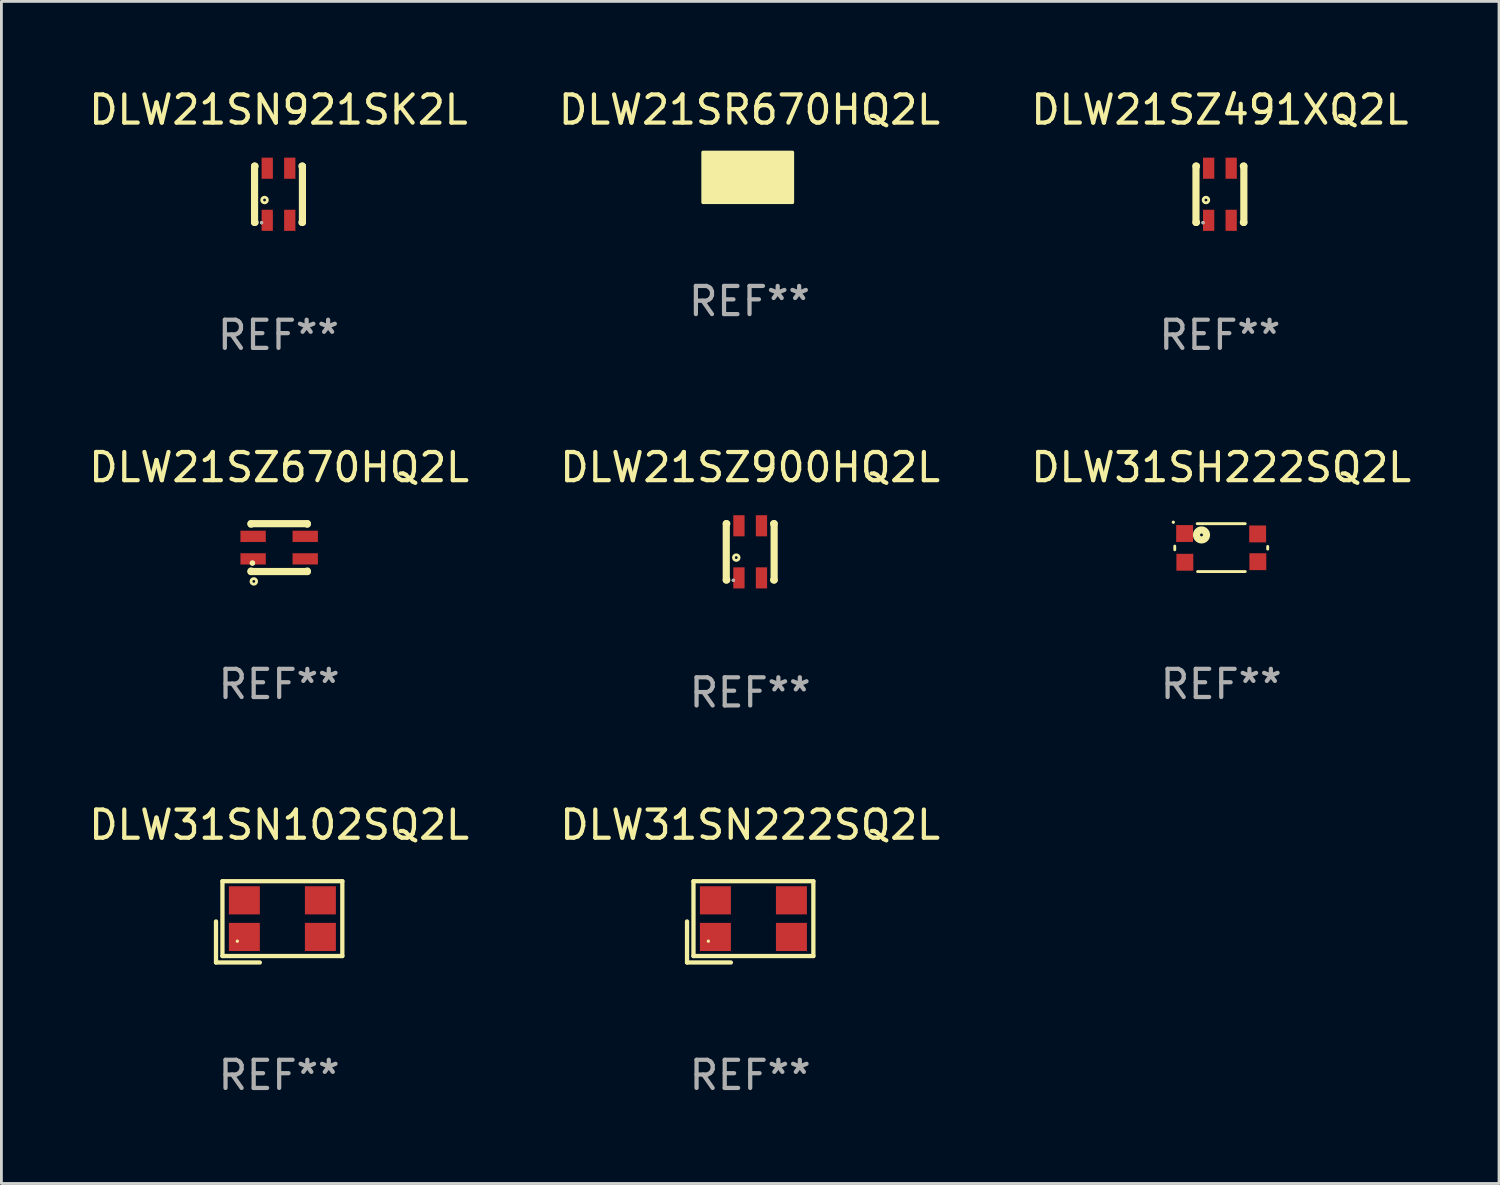
<source format=kicad_pcb>
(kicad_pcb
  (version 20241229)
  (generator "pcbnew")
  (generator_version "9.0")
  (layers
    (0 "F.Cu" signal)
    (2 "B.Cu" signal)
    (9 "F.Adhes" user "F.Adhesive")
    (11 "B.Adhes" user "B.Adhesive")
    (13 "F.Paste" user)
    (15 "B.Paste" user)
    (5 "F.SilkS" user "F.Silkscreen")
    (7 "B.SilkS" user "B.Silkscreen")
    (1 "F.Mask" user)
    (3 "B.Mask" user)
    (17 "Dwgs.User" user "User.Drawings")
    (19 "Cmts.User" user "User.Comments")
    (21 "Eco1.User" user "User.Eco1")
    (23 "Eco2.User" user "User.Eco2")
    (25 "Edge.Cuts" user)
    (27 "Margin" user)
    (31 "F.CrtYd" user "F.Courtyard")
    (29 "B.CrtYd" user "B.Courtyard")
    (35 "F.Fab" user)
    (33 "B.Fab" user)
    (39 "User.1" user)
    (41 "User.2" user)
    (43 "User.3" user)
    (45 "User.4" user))
  (footprint "DLW31SH222SQ2L"
    (layer "F.Cu")
    (at 40.315 16.395)
    (property "Reference" "DLW31SH222SQ2L" (at 0 -2.85 0) (layer "F.SilkS") (effects (font (size 1 1) (thickness 0.15))))
    (attr through_hole)
    (fp_line (start -1.65 -0.053) (end -1.65 0.077) (stroke (width 0.102) (type solid)) (layer "F.SilkS"))
    (fp_line (start -0.854 -0.85) (end 0.852 -0.85) (stroke (width 0.102) (type solid)) (layer "F.SilkS"))
    (fp_line (start 0.854 0.85) (end -0.84 0.85) (stroke (width 0.102) (type solid)) (layer "F.SilkS"))
    (fp_line (start 1.65 -0.042) (end 1.65 0.054) (stroke (width 0.102) (type solid)) (layer "F.SilkS"))
    (fp_circle (center -1.701 -0.901) (end -1.671 -0.901) (stroke (width 0.06) (type solid)) (fill no) (layer "F.SilkS"))
    (fp_circle (center -0.7 -0.45) (end -0.65 -0.45) (stroke (width 0.254) (type solid)) (fill no) (layer "F.SilkS"))
    (fp_text user "REF**" (at 0 4.85 0) (layer "F.Fab") (effects (font (size 1 1) (thickness 0.15))))
    (pad "1" smd rect (at -1.3 -0.5) (size 0.6 0.6) (layers "F.Cu" "F.Mask" "F.Paste"))
    (pad "2" smd rect (at 1.293 -0.486) (size 0.6 0.6) (layers "F.Cu" "F.Mask" "F.Paste"))
    (pad "3" smd rect (at 1.3 0.5) (size 0.6 0.6) (layers "F.Cu" "F.Mask" "F.Paste"))
    (pad "4" smd rect (at -1.292 0.52) (size 0.6 0.6) (layers "F.Cu" "F.Mask" "F.Paste")))
  (footprint "DLW21SZ670HQ2L"
    (layer "F.Cu")
    (at 6.863 16.395)
    (property "Reference" "DLW21SZ670HQ2L" (at 0 -2.85 0) (layer "F.SilkS") (effects (font (size 1 1) (thickness 0.15))))
    (attr through_hole)
    (fp_line (start -1 -0.831) (end -1 -0.85) (stroke (width 0.254) (type solid)) (layer "F.SilkS"))
    (fp_line (start -1 0.85) (end -1 0.831) (stroke (width 0.254) (type solid)) (layer "F.SilkS"))
    (fp_line (start 1 -0.85) (end -1 -0.85) (stroke (width 0.254) (type solid)) (layer "F.SilkS"))
    (fp_line (start 1 -0.831) (end 1 -0.85) (stroke (width 0.254) (type solid)) (layer "F.SilkS"))
    (fp_line (start 1 0.85) (end -1 0.85) (stroke (width 0.254) (type solid)) (layer "F.SilkS"))
    (fp_line (start 1 0.85) (end 1 0.831) (stroke (width 0.254) (type solid)) (layer "F.SilkS"))
    (fp_circle (center -0.95 0.55) (end -0.9 0.55) (stroke (width 0.1) (type solid)) (fill no) (layer "F.SilkS"))
    (fp_circle (center -0.9 1.2) (end -0.8 1.2) (stroke (width 0.1) (type solid)) (fill no) (layer "F.SilkS"))
    (fp_text user "REF**" (at 0 4.85 0) (layer "F.Fab") (effects (font (size 1 1) (thickness 0.15))))
    (pad "1" smd rect (at -0.925 0.4 180) (size 0.9 0.4) (layers "F.Cu" "F.Mask" "F.Paste"))
    (pad "2" smd rect (at 0.925 0.4 180) (size 0.9 0.4) (layers "F.Cu" "F.Mask" "F.Paste"))
    (pad "3" smd rect (at 0.925 -0.4 180) (size 0.9 0.4) (layers "F.Cu" "F.Mask" "F.Paste"))
    (pad "4" smd rect (at -0.925 -0.4 180) (size 0.9 0.4) (layers "F.Cu" "F.Mask" "F.Paste")))
  (footprint "DLW21SZ491XQ2L"
    (layer "F.Cu")
    (at 40.268 3.848)
    (property "Reference" "DLW21SZ491XQ2L" (at 0 -3 0) (layer "F.SilkS") (effects (font (size 1 1) (thickness 0.15))))
    (attr through_hole)
    (fp_line (start -0.85 -1) (end -0.831 -1) (stroke (width 0.254) (type solid)) (layer "F.SilkS"))
    (fp_line (start -0.85 1) (end -0.85 -1) (stroke (width 0.254) (type solid)) (layer "F.SilkS"))
    (fp_line (start -0.85 1) (end -0.831 1) (stroke (width 0.254) (type solid)) (layer "F.SilkS"))
    (fp_line (start 0.831 -1) (end 0.85 -1) (stroke (width 0.254) (type solid)) (layer "F.SilkS"))
    (fp_line (start 0.831 1) (end 0.85 1) (stroke (width 0.254) (type solid)) (layer "F.SilkS"))
    (fp_line (start 0.85 1) (end 0.85 -1) (stroke (width 0.254) (type solid)) (layer "F.SilkS"))
    (fp_circle (center -0.6 1.01) (end -0.57 1.01) (stroke (width 0.06) (type solid)) (fill no) (layer "F.SilkS"))
    (fp_circle (center -0.495 0.205) (end -0.395 0.205) (stroke (width 0.1) (type solid)) (fill no) (layer "F.SilkS"))
    (fp_circle (center -0.6 1.01) (end -0.57 1.01) (stroke (width 0.06) (type solid)) (fill no) (layer "F.Fab"))
    (fp_text user "REF**" (at 0 5 0) (layer "F.Fab") (effects (font (size 1 1) (thickness 0.15))))
    (pad "1" smd rect (at -0.4 0.925 90) (size 0.75 0.4) (layers "F.Cu" "F.Mask" "F.Paste"))
    (pad "2" smd rect (at -0.4 -0.925 90) (size 0.75 0.4) (layers "F.Cu" "F.Mask" "F.Paste"))
    (pad "3" smd rect (at 0.4 -0.925 90) (size 0.75 0.4) (layers "F.Cu" "F.Mask" "F.Paste"))
    (pad "4" smd rect (at 0.4 0.925 90) (size 0.75 0.4) (layers "F.Cu" "F.Mask" "F.Paste")))
  (footprint "DLW21SR670HQ2L"
    (layer "F.Cu")
    (at 23.565 3.248)
    (property "Reference" "DLW21SR670HQ2L" (at 0 -2.4 0) (layer "F.SilkS") (effects (font (size 1 1) (thickness 0.15))))
    (attr through_hole)
    (fp_circle (center -1 0.6) (end -0.97 0.6) (stroke (width 0.06) (type solid)) (fill no) (layer "F.SilkS"))
    (fp_poly (pts (xy -1.651 -0.889) (xy 1.524 -0.889) (xy 1.524 0.889) (xy -1.651 0.889)) (stroke (width 0.12) (type solid)) (fill yes) (layer "F.SilkS"))
    (fp_text user "REF**" (at 0 4.4 0) (layer "F.Fab") (effects (font (size 1 1) (thickness 0.15))))
    (pad "1" smd rect (at -0.85 0.4) (size 1 0.5) (layers "F.Cu" "F.Mask" "F.Paste"))
    (pad "2" smd rect (at 0.85 0.4) (size 1 0.5) (layers "F.Cu" "F.Mask" "F.Paste"))
    (pad "3" smd rect (at 0.85 -0.4) (size 1 0.5) (layers "F.Cu" "F.Mask" "F.Paste"))
    (pad "4" smd rect (at -0.85 -0.4) (size 1 0.5) (layers "F.Cu" "F.Mask" "F.Paste")))
  (footprint "DLW21SZ900HQ2L"
    (layer "F.Cu")
    (at 23.589 16.545)
    (property "Reference" "DLW21SZ900HQ2L" (at 0 -3 0) (layer "F.SilkS") (effects (font (size 1 1) (thickness 0.15))))
    (attr through_hole)
    (fp_line (start -0.85 -1) (end -0.831 -1) (stroke (width 0.254) (type solid)) (layer "F.SilkS"))
    (fp_line (start -0.85 1) (end -0.85 -1) (stroke (width 0.254) (type solid)) (layer "F.SilkS"))
    (fp_line (start -0.85 1) (end -0.831 1) (stroke (width 0.254) (type solid)) (layer "F.SilkS"))
    (fp_line (start 0.831 -1) (end 0.85 -1) (stroke (width 0.254) (type solid)) (layer "F.SilkS"))
    (fp_line (start 0.831 1) (end 0.85 1) (stroke (width 0.254) (type solid)) (layer "F.SilkS"))
    (fp_line (start 0.85 1) (end 0.85 -1) (stroke (width 0.254) (type solid)) (layer "F.SilkS"))
    (fp_circle (center -0.6 1.01) (end -0.57 1.01) (stroke (width 0.06) (type solid)) (fill no) (layer "F.SilkS"))
    (fp_circle (center -0.495 0.205) (end -0.395 0.205) (stroke (width 0.1) (type solid)) (fill no) (layer "F.SilkS"))
    (fp_circle (center -0.6 1.01) (end -0.57 1.01) (stroke (width 0.06) (type solid)) (fill no) (layer "F.Fab"))
    (fp_text user "REF**" (at 0 5 0) (layer "F.Fab") (effects (font (size 1 1) (thickness 0.15))))
    (pad "1" smd rect (at -0.4 0.925 90) (size 0.75 0.4) (layers "F.Cu" "F.Mask" "F.Paste"))
    (pad "2" smd rect (at -0.4 -0.925 90) (size 0.75 0.4) (layers "F.Cu" "F.Mask" "F.Paste"))
    (pad "3" smd rect (at 0.4 -0.925 90) (size 0.75 0.4) (layers "F.Cu" "F.Mask" "F.Paste"))
    (pad "4" smd rect (at 0.4 0.925 90) (size 0.75 0.4) (layers "F.Cu" "F.Mask" "F.Paste")))
  (footprint "DLW21SN921SK2L"
    (layer "F.Cu")
    (at 6.839 3.848)
    (property "Reference" "DLW21SN921SK2L" (at 0 -3 0) (layer "F.SilkS") (effects (font (size 1 1) (thickness 0.15))))
    (attr through_hole)
    (fp_line (start -0.85 -1) (end -0.831 -1) (stroke (width 0.254) (type solid)) (layer "F.SilkS"))
    (fp_line (start -0.85 1) (end -0.85 -1) (stroke (width 0.254) (type solid)) (layer "F.SilkS"))
    (fp_line (start -0.85 1) (end -0.831 1) (stroke (width 0.254) (type solid)) (layer "F.SilkS"))
    (fp_line (start 0.831 -1) (end 0.85 -1) (stroke (width 0.254) (type solid)) (layer "F.SilkS"))
    (fp_line (start 0.831 1) (end 0.85 1) (stroke (width 0.254) (type solid)) (layer "F.SilkS"))
    (fp_line (start 0.85 1) (end 0.85 -1) (stroke (width 0.254) (type solid)) (layer "F.SilkS"))
    (fp_circle (center -0.6 1.01) (end -0.57 1.01) (stroke (width 0.06) (type solid)) (fill no) (layer "F.SilkS"))
    (fp_circle (center -0.495 0.205) (end -0.395 0.205) (stroke (width 0.1) (type solid)) (fill no) (layer "F.SilkS"))
    (fp_circle (center -0.6 1.01) (end -0.57 1.01) (stroke (width 0.06) (type solid)) (fill no) (layer "F.Fab"))
    (fp_text user "REF**" (at 0 5 0) (layer "F.Fab") (effects (font (size 1 1) (thickness 0.15))))
    (pad "1" smd rect (at -0.4 0.925 90) (size 0.75 0.4) (layers "F.Cu" "F.Mask" "F.Paste"))
    (pad "2" smd rect (at -0.4 -0.925 90) (size 0.75 0.4) (layers "F.Cu" "F.Mask" "F.Paste"))
    (pad "3" smd rect (at 0.4 -0.925 90) (size 0.75 0.4) (layers "F.Cu" "F.Mask" "F.Paste"))
    (pad "4" smd rect (at 0.4 0.925 90) (size 0.75 0.4) (layers "F.Cu" "F.Mask" "F.Paste")))
  (footprint "DLW31SN222SQ2L"
    (layer "F.Cu")
    (at 23.589 29.684)
    (property "Reference" "DLW31SN222SQ2L" (at 0 -3.443 0) (layer "F.SilkS") (effects (font (size 1 1) (thickness 0.15))))
    (attr through_hole)
    (fp_line (start -2.243 -0.014) (end -2.243 1.443) (stroke (width 0.152) (type solid)) (layer "F.SilkS"))
    (fp_line (start -2.243 1.443) (end -0.686 1.443) (stroke (width 0.152) (type solid)) (layer "F.SilkS"))
    (fp_line (start -2.014 -1.443) (end 2.243 -1.443) (stroke (width 0.152) (type solid)) (layer "F.SilkS"))
    (fp_line (start -2.014 1.214) (end -2.014 -1.443) (stroke (width 0.152) (type solid)) (layer "F.SilkS"))
    (fp_line (start 2.243 -1.443) (end 2.243 1.214) (stroke (width 0.152) (type solid)) (layer "F.SilkS"))
    (fp_line (start 2.243 1.214) (end -2.014 1.214) (stroke (width 0.152) (type solid)) (layer "F.SilkS"))
    (fp_circle (center -1.486 0.686) (end -1.456 0.686) (stroke (width 0.06) (type solid)) (fill no) (layer "F.SilkS"))
    (fp_text user "REF**" (at 0 5.443 0) (layer "F.Fab") (effects (font (size 1 1) (thickness 0.15))))
    (pad "1" smd rect (at -1.236 0.536) (size 1.1 1) (layers "F.Cu" "F.Mask" "F.Paste"))
    (pad "2" smd rect (at 1.464 0.536) (size 1.1 1) (layers "F.Cu" "F.Mask" "F.Paste"))
    (pad "3" smd rect (at 1.464 -0.764) (size 1.1 1) (layers "F.Cu" "F.Mask" "F.Paste"))
    (pad "4" smd rect (at -1.236 -0.764) (size 1.1 1) (layers "F.Cu" "F.Mask" "F.Paste")))
  (footprint "DLW31SN102SQ2L"
    (layer "F.Cu")
    (at 6.863 29.684)
    (property "Reference" "DLW31SN102SQ2L" (at 0 -3.443 0) (layer "F.SilkS") (effects (font (size 1 1) (thickness 0.15))))
    (attr through_hole)
    (fp_line (start -2.243 -0.014) (end -2.243 1.443) (stroke (width 0.152) (type solid)) (layer "F.SilkS"))
    (fp_line (start -2.243 1.443) (end -0.686 1.443) (stroke (width 0.152) (type solid)) (layer "F.SilkS"))
    (fp_line (start -2.014 -1.443) (end 2.243 -1.443) (stroke (width 0.152) (type solid)) (layer "F.SilkS"))
    (fp_line (start -2.014 1.214) (end -2.014 -1.443) (stroke (width 0.152) (type solid)) (layer "F.SilkS"))
    (fp_line (start 2.243 -1.443) (end 2.243 1.214) (stroke (width 0.152) (type solid)) (layer "F.SilkS"))
    (fp_line (start 2.243 1.214) (end -2.014 1.214) (stroke (width 0.152) (type solid)) (layer "F.SilkS"))
    (fp_circle (center -1.486 0.686) (end -1.456 0.686) (stroke (width 0.06) (type solid)) (fill no) (layer "F.SilkS"))
    (fp_text user "REF**" (at 0 5.443 0) (layer "F.Fab") (effects (font (size 1 1) (thickness 0.15))))
    (pad "1" smd rect (at -1.236 0.536) (size 1.1 1) (layers "F.Cu" "F.Mask" "F.Paste"))
    (pad "2" smd rect (at 1.464 0.536) (size 1.1 1) (layers "F.Cu" "F.Mask" "F.Paste"))
    (pad "3" smd rect (at 1.464 -0.764) (size 1.1 1) (layers "F.Cu" "F.Mask" "F.Paste"))
    (pad "4" smd rect (at -1.236 -0.764) (size 1.1 1) (layers "F.Cu" "F.Mask" "F.Paste")))
  (gr_rect
    (start -3 -3)
    (end 50.179 38.975)
    (stroke (width 0.1) (type default))
    (fill no)
    (layer "Edge.Cuts")))
</source>
